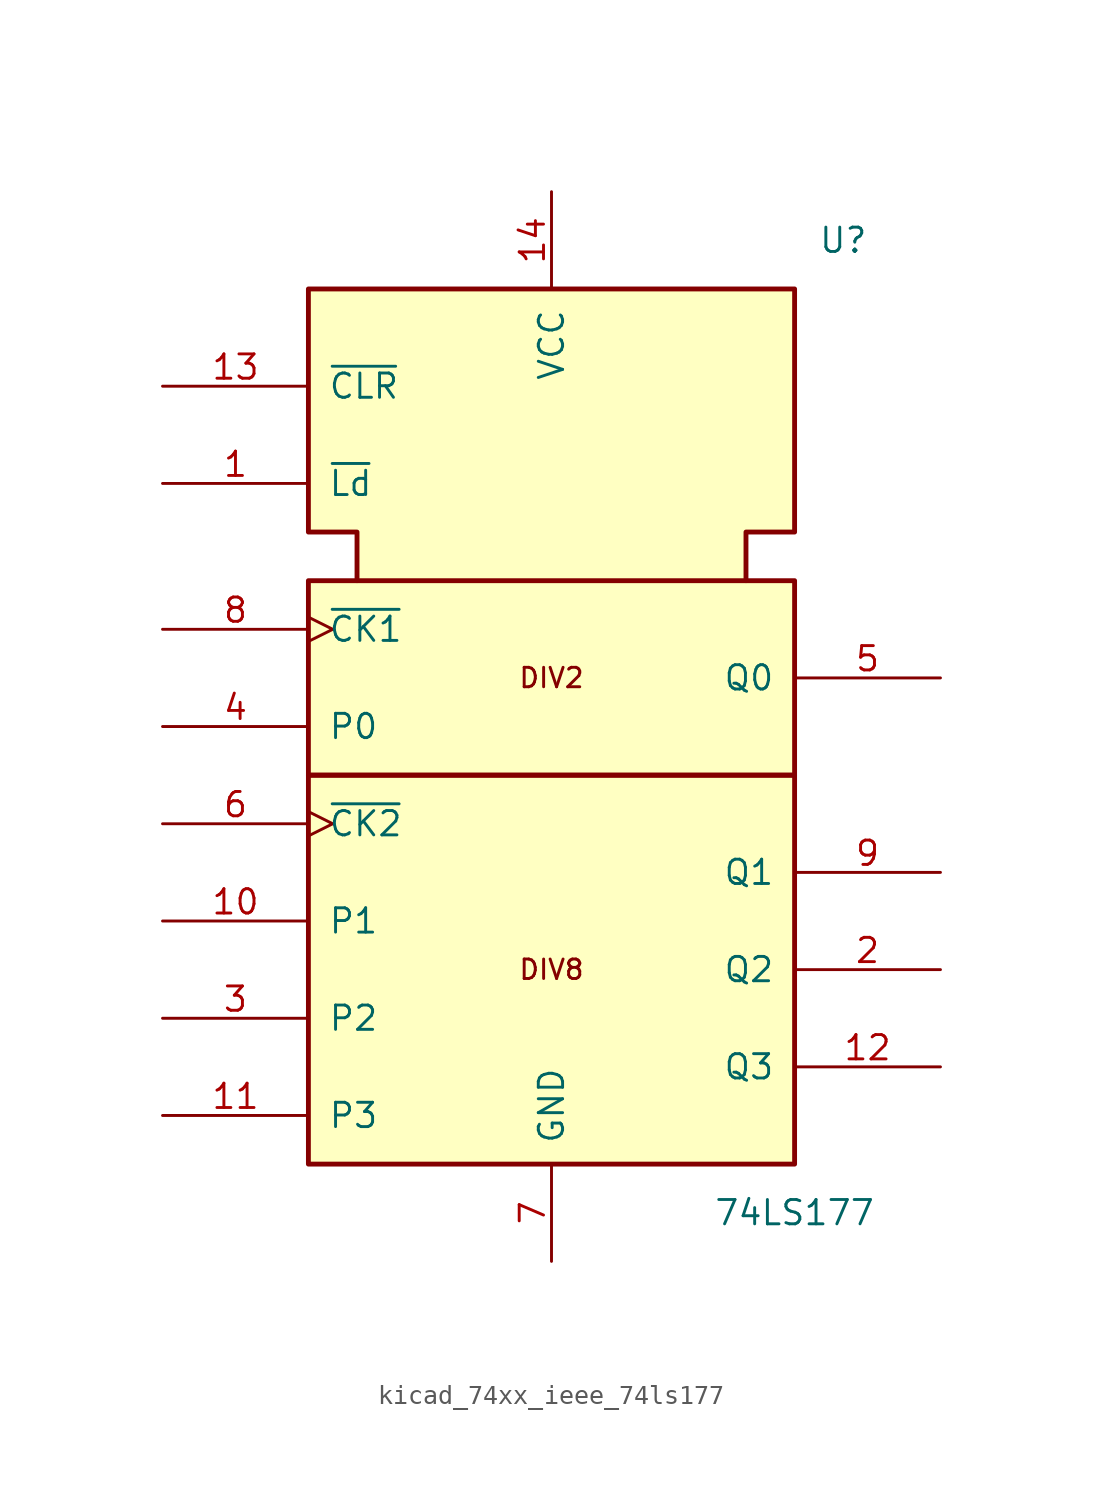
<source format=kicad_sym>
(kicad_symbol_lib
  (version 20220914)
  (generator kicad_symbol_editor)
  (symbol "kicad_74xx_ieee_74ls177"
    (pin_names
      (offset 1.016))
    (property "Reference" "U"
      (at 15.24 17.78 0)
      (effects (font (size 1.27 1.27))))
    (property "Value" "74LS177"
      (at 12.7 -33.02 0)
      (effects (font (size 1.27 1.27))))
    (symbol "kicad_74xx_ieee_74ls177_0_0"
      (rectangle (start -12.7 -10.16) (end 12.7 -30.48) (stroke (width 0.254) (type default)) (fill (type background)))
      (rectangle (start -12.7 0) (end 12.7 -10.16) (stroke (width 0.254) (type default)) (fill (type background)))
      (polyline (pts (xy -10.16 0) (xy -10.16 2.54) (xy -12.7 2.54) (xy -12.7 15.24) (xy 12.7 15.24) (xy 12.7 2.54) (xy 10.16 2.54) (xy 10.16 0) (xy 10.16 0)) (stroke (width 0.254) (type default)) (fill (type background)))
      (text "DIV2" (at 0 -5.08 0) (effects (font (size 1.016 1.016))))
      (text "DIV8" (at 0 -20.32 0) (effects (font (size 1.016 1.016))))
      (pin power_in line (at 0 20.32 270) (length 5.08) (name "VCC" (effects (font (size 1.27 1.27)))) (number "14" (effects (font (size 1.27 1.27)))))
      (pin power_in line (at 0 -35.56 90) (length 5.08) (name "GND" (effects (font (size 1.27 1.27)))) (number "7" (effects (font (size 1.27 1.27))))))
    (symbol "kicad_74xx_ieee_74ls177_1_1"
      (pin input line (at -20.32 5.08 0) (length 7.62) (name "~{Ld}" (effects (font (size 1.27 1.27)))) (number "1" (effects (font (size 1.27 1.27)))))
      (pin input line (at -20.32 -17.78 0) (length 7.62) (name "P1" (effects (font (size 1.27 1.27)))) (number "10" (effects (font (size 1.27 1.27)))))
      (pin input line (at -20.32 -27.94 0) (length 7.62) (name "P3" (effects (font (size 1.27 1.27)))) (number "11" (effects (font (size 1.27 1.27)))))
      (pin output line (at 20.32 -25.4 180) (length 7.62) (name "Q3" (effects (font (size 1.27 1.27)))) (number "12" (effects (font (size 1.27 1.27)))))
      (pin input line (at -20.32 10.16 0) (length 7.62) (name "~{CLR}" (effects (font (size 1.27 1.27)))) (number "13" (effects (font (size 1.27 1.27)))))
      (pin output line (at 20.32 -20.32 180) (length 7.62) (name "Q2" (effects (font (size 1.27 1.27)))) (number "2" (effects (font (size 1.27 1.27)))))
      (pin input line (at -20.32 -22.86 0) (length 7.62) (name "P2" (effects (font (size 1.27 1.27)))) (number "3" (effects (font (size 1.27 1.27)))))
      (pin input line (at -20.32 -7.62 0) (length 7.62) (name "P0" (effects (font (size 1.27 1.27)))) (number "4" (effects (font (size 1.27 1.27)))))
      (pin output line (at 20.32 -5.08 180) (length 7.62) (name "Q0" (effects (font (size 1.27 1.27)))) (number "5" (effects (font (size 1.27 1.27)))))
      (pin input clock (at -20.32 -12.7 0) (length 7.62) (name "~{CK2}" (effects (font (size 1.27 1.27)))) (number "6" (effects (font (size 1.27 1.27)))))
      (pin input clock (at -20.32 -2.54 0) (length 7.62) (name "~{CK1}" (effects (font (size 1.27 1.27)))) (number "8" (effects (font (size 1.27 1.27)))))
      (pin output line (at 20.32 -15.24 180) (length 7.62) (name "Q1" (effects (font (size 1.27 1.27)))) (number "9" (effects (font (size 1.27 1.27))))))))
</source>
